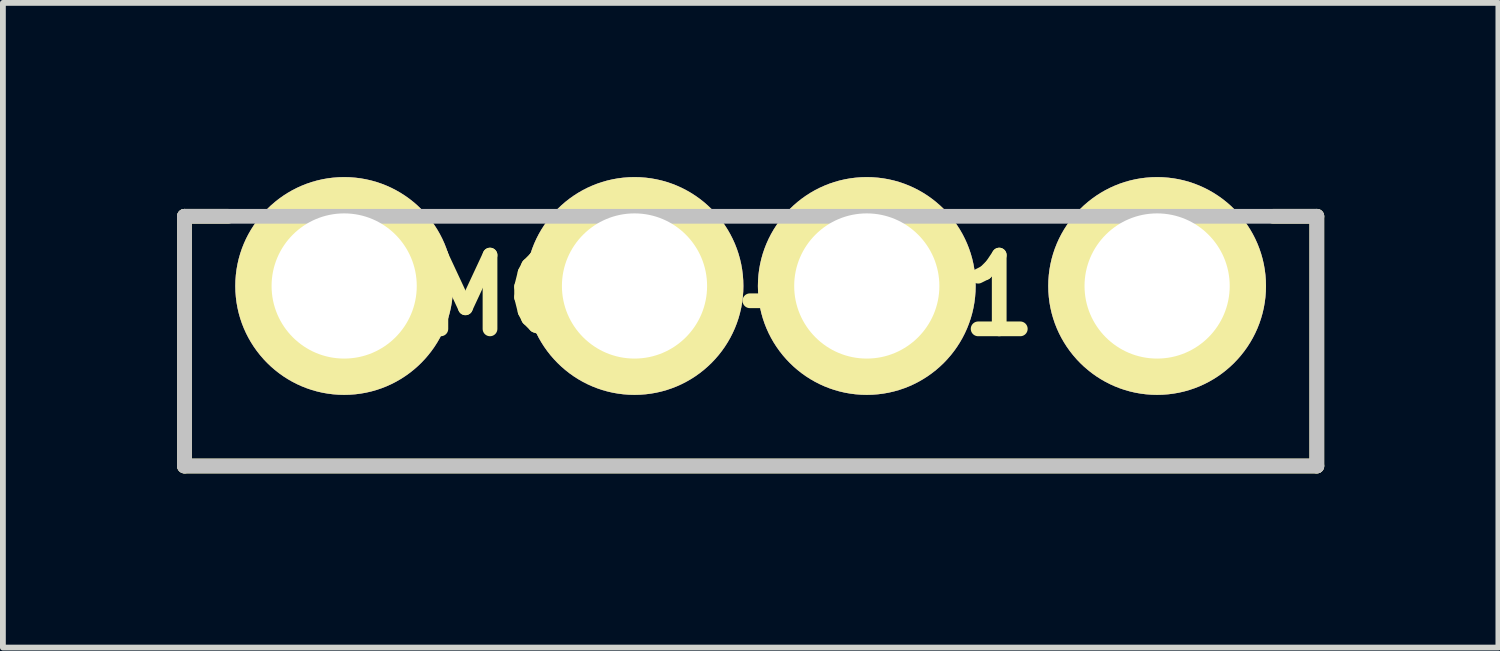
<source format=kicad_pcb>
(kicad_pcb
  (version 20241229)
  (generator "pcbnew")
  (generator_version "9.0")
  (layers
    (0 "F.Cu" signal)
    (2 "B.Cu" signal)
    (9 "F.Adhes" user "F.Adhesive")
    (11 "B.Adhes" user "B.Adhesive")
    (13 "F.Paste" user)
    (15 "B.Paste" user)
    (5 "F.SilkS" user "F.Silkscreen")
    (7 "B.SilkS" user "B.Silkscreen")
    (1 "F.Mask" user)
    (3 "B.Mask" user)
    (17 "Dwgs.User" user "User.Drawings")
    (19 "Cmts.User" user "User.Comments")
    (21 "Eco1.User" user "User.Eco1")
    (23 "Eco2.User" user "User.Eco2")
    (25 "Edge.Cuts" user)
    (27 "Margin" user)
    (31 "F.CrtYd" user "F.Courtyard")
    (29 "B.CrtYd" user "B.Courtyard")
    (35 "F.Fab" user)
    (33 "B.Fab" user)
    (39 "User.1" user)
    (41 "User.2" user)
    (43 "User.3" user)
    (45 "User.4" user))
  (footprint "MCCQ-121"
    (layer "F.Cu")
    (at 9.877 1.875)
    (property "Reference" "MCCQ-121" (at -0.376 0.164 0) (layer "F.SilkS") (effects (font (size 1.27 1.27) (thickness 0.254))))
    (attr through_hole)
    (fp_line (start -9.75 -1.2) (end -9.75 3.1) (stroke (width 0.254) (type solid)) (layer "F.SilkS"))
    (fp_line (start -9.75 -1.2) (end -9 -1.2) (stroke (width 0.254) (type solid)) (layer "F.SilkS"))
    (fp_line (start -9.75 3.1) (end 9.75 3.1) (stroke (width 0.254) (type solid)) (layer "F.SilkS"))
    (fp_line (start 9.75 -1.2) (end 9 -1.2) (stroke (width 0.254) (type solid)) (layer "F.SilkS"))
    (fp_line (start 9.75 3.1) (end 9.75 -1.2) (stroke (width 0.254) (type solid)) (layer "F.SilkS"))
    (fp_line (start -9.75 -1.2) (end 9.75 -1.2) (stroke (width 0.254) (type solid)) (layer "Dwgs.User"))
    (fp_line (start -9.75 3.1) (end -9.75 -1.2) (stroke (width 0.254) (type solid)) (layer "Dwgs.User"))
    (fp_line (start 9.75 -1.2) (end 9.75 3.1) (stroke (width 0.254) (type solid)) (layer "Dwgs.User"))
    (fp_line (start 9.75 3.1) (end -9.75 3.1) (stroke (width 0.254) (type solid)) (layer "Dwgs.User"))
    (pad "1" thru_hole circle (at -7 0 90) (size 3.75 3.75) (drill 2.5) (layers "*.Cu" "*.Mask" "F.SilkS"))
    (pad "2" thru_hole circle (at -2 0 90) (size 3.75 3.75) (drill 2.5) (layers "*.Cu" "*.Mask" "F.SilkS"))
    (pad "3" thru_hole circle (at 2 0 90) (size 3.75 3.75) (drill 2.5) (layers "*.Cu" "*.Mask" "F.SilkS"))
    (pad "4" thru_hole circle (at 7 0 90) (size 3.75 3.75) (drill 2.5) (layers "*.Cu" "*.Mask" "F.SilkS")))
  (gr_rect
    (start -3 -3)
    (end 22.754 8.102)
    (stroke (width 0.1) (type default))
    (fill no)
    (layer "Edge.Cuts")))
</source>
